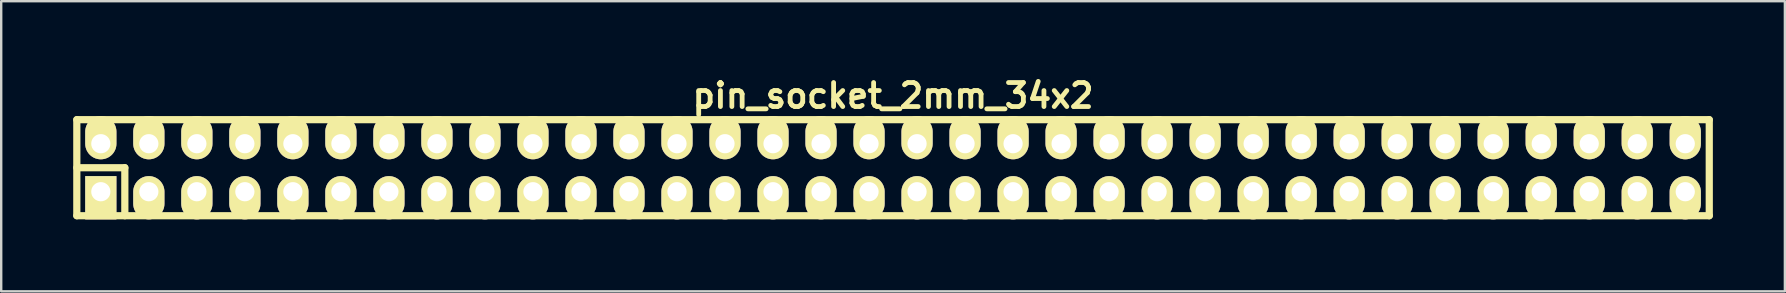
<source format=kicad_pcb>
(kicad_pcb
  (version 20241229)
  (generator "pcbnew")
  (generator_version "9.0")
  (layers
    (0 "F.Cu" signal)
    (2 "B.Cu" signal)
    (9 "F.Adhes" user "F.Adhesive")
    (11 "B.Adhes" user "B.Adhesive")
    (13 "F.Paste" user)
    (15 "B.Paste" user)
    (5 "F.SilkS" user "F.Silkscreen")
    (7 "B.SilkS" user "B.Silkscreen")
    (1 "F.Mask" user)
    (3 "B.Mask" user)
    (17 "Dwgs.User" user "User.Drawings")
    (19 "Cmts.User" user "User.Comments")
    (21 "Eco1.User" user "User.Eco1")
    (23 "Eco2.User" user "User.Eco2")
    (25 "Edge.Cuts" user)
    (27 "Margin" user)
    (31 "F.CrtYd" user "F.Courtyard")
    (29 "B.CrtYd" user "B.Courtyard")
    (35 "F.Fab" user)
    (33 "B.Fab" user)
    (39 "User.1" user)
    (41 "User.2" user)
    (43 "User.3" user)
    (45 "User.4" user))
  (footprint "pin_socket_2mm_34x2"
    (layer "F.Cu")
    (at 34.15 3.936)
    (property "Reference" "pin_socket_2mm_34x2" (at 0 -3 0) (layer "F.SilkS") (effects (font (size 1 1) (thickness 0.2))))
    (attr through_hole)
    (fp_line (start -34 -2) (end 34 -2) (stroke (width 0.3) (type solid)) (layer "F.SilkS"))
    (fp_line (start -34 0) (end -32 0) (stroke (width 0.3) (type solid)) (layer "F.SilkS"))
    (fp_line (start -34 2) (end -34 -2) (stroke (width 0.3) (type solid)) (layer "F.SilkS"))
    (fp_line (start -32 0) (end -32 2) (stroke (width 0.3) (type solid)) (layer "F.SilkS"))
    (fp_line (start 34 -2) (end 34 2) (stroke (width 0.3) (type solid)) (layer "F.SilkS"))
    (fp_line (start 34 2) (end -34 2) (stroke (width 0.3) (type solid)) (layer "F.SilkS"))
    (pad "1" thru_hole rect (at -33 1) (size 1.3 1.8) (drill 0.8 (offset 0 0.25)) (layers "*.Cu" "*.Mask" "F.SilkS"))
    (pad "2" thru_hole oval (at -33 -1) (size 1.3 1.8) (drill 0.8 (offset 0 -0.25)) (layers "*.Cu" "*.Mask" "F.SilkS"))
    (pad "3" thru_hole oval (at -31 1) (size 1.3 1.8) (drill 0.8 (offset 0 0.25)) (layers "*.Cu" "*.Mask" "F.SilkS"))
    (pad "4" thru_hole oval (at -31 -1) (size 1.3 1.8) (drill 0.8 (offset 0 -0.25)) (layers "*.Cu" "*.Mask" "F.SilkS"))
    (pad "5" thru_hole oval (at -29 1) (size 1.3 1.8) (drill 0.8 (offset 0 0.25)) (layers "*.Cu" "*.Mask" "F.SilkS"))
    (pad "6" thru_hole oval (at -29 -1) (size 1.3 1.8) (drill 0.8 (offset 0 -0.25)) (layers "*.Cu" "*.Mask" "F.SilkS"))
    (pad "7" thru_hole oval (at -27 1) (size 1.3 1.8) (drill 0.8 (offset 0 0.25)) (layers "*.Cu" "*.Mask" "F.SilkS"))
    (pad "8" thru_hole oval (at -27 -1) (size 1.3 1.8) (drill 0.8 (offset 0 -0.25)) (layers "*.Cu" "*.Mask" "F.SilkS"))
    (pad "9" thru_hole oval (at -25 1) (size 1.3 1.8) (drill 0.8 (offset 0 0.25)) (layers "*.Cu" "*.Mask" "F.SilkS"))
    (pad "10" thru_hole oval (at -25 -1) (size 1.3 1.8) (drill 0.8 (offset 0 -0.25)) (layers "*.Cu" "*.Mask" "F.SilkS"))
    (pad "11" thru_hole oval (at -23 1) (size 1.3 1.8) (drill 0.8 (offset 0 0.25)) (layers "*.Cu" "*.Mask" "F.SilkS"))
    (pad "12" thru_hole oval (at -23 -1) (size 1.3 1.8) (drill 0.8 (offset 0 -0.25)) (layers "*.Cu" "*.Mask" "F.SilkS"))
    (pad "13" thru_hole oval (at -21 1) (size 1.3 1.8) (drill 0.8 (offset 0 0.25)) (layers "*.Cu" "*.Mask" "F.SilkS"))
    (pad "14" thru_hole oval (at -21 -1) (size 1.3 1.8) (drill 0.8 (offset 0 -0.25)) (layers "*.Cu" "*.Mask" "F.SilkS"))
    (pad "15" thru_hole oval (at -19 1) (size 1.3 1.8) (drill 0.8 (offset 0 0.25)) (layers "*.Cu" "*.Mask" "F.SilkS"))
    (pad "16" thru_hole oval (at -19 -1) (size 1.3 1.8) (drill 0.8 (offset 0 -0.25)) (layers "*.Cu" "*.Mask" "F.SilkS"))
    (pad "17" thru_hole oval (at -17 1) (size 1.3 1.8) (drill 0.8 (offset 0 0.25)) (layers "*.Cu" "*.Mask" "F.SilkS"))
    (pad "18" thru_hole oval (at -17 -1) (size 1.3 1.8) (drill 0.8 (offset 0 -0.25)) (layers "*.Cu" "*.Mask" "F.SilkS"))
    (pad "19" thru_hole oval (at -15 1) (size 1.3 1.8) (drill 0.8 (offset 0 0.25)) (layers "*.Cu" "*.Mask" "F.SilkS"))
    (pad "20" thru_hole oval (at -15 -1) (size 1.3 1.8) (drill 0.8 (offset 0 -0.25)) (layers "*.Cu" "*.Mask" "F.SilkS"))
    (pad "21" thru_hole oval (at -13 1) (size 1.3 1.8) (drill 0.8 (offset 0 0.25)) (layers "*.Cu" "*.Mask" "F.SilkS"))
    (pad "22" thru_hole oval (at -13 -1) (size 1.3 1.8) (drill 0.8 (offset 0 -0.25)) (layers "*.Cu" "*.Mask" "F.SilkS"))
    (pad "23" thru_hole oval (at -11 1) (size 1.3 1.8) (drill 0.8 (offset 0 0.25)) (layers "*.Cu" "*.Mask" "F.SilkS"))
    (pad "24" thru_hole oval (at -11 -1) (size 1.3 1.8) (drill 0.8 (offset 0 -0.25)) (layers "*.Cu" "*.Mask" "F.SilkS"))
    (pad "25" thru_hole oval (at -9 1) (size 1.3 1.8) (drill 0.8 (offset 0 0.25)) (layers "*.Cu" "*.Mask" "F.SilkS"))
    (pad "26" thru_hole oval (at -9 -1) (size 1.3 1.8) (drill 0.8 (offset 0 -0.25)) (layers "*.Cu" "*.Mask" "F.SilkS"))
    (pad "27" thru_hole oval (at -7 1) (size 1.3 1.8) (drill 0.8 (offset 0 0.25)) (layers "*.Cu" "*.Mask" "F.SilkS"))
    (pad "28" thru_hole oval (at -7 -1) (size 1.3 1.8) (drill 0.8 (offset 0 -0.25)) (layers "*.Cu" "*.Mask" "F.SilkS"))
    (pad "29" thru_hole oval (at -5 1) (size 1.3 1.8) (drill 0.8 (offset 0 0.25)) (layers "*.Cu" "*.Mask" "F.SilkS"))
    (pad "30" thru_hole oval (at -5 -1) (size 1.3 1.8) (drill 0.8 (offset 0 -0.25)) (layers "*.Cu" "*.Mask" "F.SilkS"))
    (pad "31" thru_hole oval (at -3 1) (size 1.3 1.8) (drill 0.8 (offset 0 0.25)) (layers "*.Cu" "*.Mask" "F.SilkS"))
    (pad "32" thru_hole oval (at -3 -1) (size 1.3 1.8) (drill 0.8 (offset 0 -0.25)) (layers "*.Cu" "*.Mask" "F.SilkS"))
    (pad "33" thru_hole oval (at -1 1) (size 1.3 1.8) (drill 0.8 (offset 0 0.25)) (layers "*.Cu" "*.Mask" "F.SilkS"))
    (pad "34" thru_hole oval (at -1 -1) (size 1.3 1.8) (drill 0.8 (offset 0 -0.25)) (layers "*.Cu" "*.Mask" "F.SilkS"))
    (pad "35" thru_hole oval (at 1 1) (size 1.3 1.8) (drill 0.8 (offset 0 0.25)) (layers "*.Cu" "*.Mask" "F.SilkS"))
    (pad "36" thru_hole oval (at 1 -1) (size 1.3 1.8) (drill 0.8 (offset 0 -0.25)) (layers "*.Cu" "*.Mask" "F.SilkS"))
    (pad "37" thru_hole oval (at 3 1) (size 1.3 1.8) (drill 0.8 (offset 0 0.25)) (layers "*.Cu" "*.Mask" "F.SilkS"))
    (pad "38" thru_hole oval (at 3 -1) (size 1.3 1.8) (drill 0.8 (offset 0 -0.25)) (layers "*.Cu" "*.Mask" "F.SilkS"))
    (pad "39" thru_hole oval (at 5 1) (size 1.3 1.8) (drill 0.8 (offset 0 0.25)) (layers "*.Cu" "*.Mask" "F.SilkS"))
    (pad "40" thru_hole oval (at 5 -1) (size 1.3 1.8) (drill 0.8 (offset 0 -0.25)) (layers "*.Cu" "*.Mask" "F.SilkS"))
    (pad "41" thru_hole oval (at 7 1) (size 1.3 1.8) (drill 0.8 (offset 0 0.25)) (layers "*.Cu" "*.Mask" "F.SilkS"))
    (pad "42" thru_hole oval (at 7 -1) (size 1.3 1.8) (drill 0.8 (offset 0 -0.25)) (layers "*.Cu" "*.Mask" "F.SilkS"))
    (pad "43" thru_hole oval (at 9 1) (size 1.3 1.8) (drill 0.8 (offset 0 0.25)) (layers "*.Cu" "*.Mask" "F.SilkS"))
    (pad "44" thru_hole oval (at 9 -1) (size 1.3 1.8) (drill 0.8 (offset 0 -0.25)) (layers "*.Cu" "*.Mask" "F.SilkS"))
    (pad "45" thru_hole oval (at 11 1) (size 1.3 1.8) (drill 0.8 (offset 0 0.25)) (layers "*.Cu" "*.Mask" "F.SilkS"))
    (pad "46" thru_hole oval (at 11 -1) (size 1.3 1.8) (drill 0.8 (offset 0 -0.25)) (layers "*.Cu" "*.Mask" "F.SilkS"))
    (pad "47" thru_hole oval (at 13 1) (size 1.3 1.8) (drill 0.8 (offset 0 0.25)) (layers "*.Cu" "*.Mask" "F.SilkS"))
    (pad "48" thru_hole oval (at 13 -1) (size 1.3 1.8) (drill 0.8 (offset 0 -0.25)) (layers "*.Cu" "*.Mask" "F.SilkS"))
    (pad "49" thru_hole oval (at 15 1) (size 1.3 1.8) (drill 0.8 (offset 0 0.25)) (layers "*.Cu" "*.Mask" "F.SilkS"))
    (pad "50" thru_hole oval (at 15 -1) (size 1.3 1.8) (drill 0.8 (offset 0 -0.25)) (layers "*.Cu" "*.Mask" "F.SilkS"))
    (pad "51" thru_hole oval (at 17 1) (size 1.3 1.8) (drill 0.8 (offset 0 0.25)) (layers "*.Cu" "*.Mask" "F.SilkS"))
    (pad "52" thru_hole oval (at 17 -1) (size 1.3 1.8) (drill 0.8 (offset 0 -0.25)) (layers "*.Cu" "*.Mask" "F.SilkS"))
    (pad "53" thru_hole oval (at 19 1) (size 1.3 1.8) (drill 0.8 (offset 0 0.25)) (layers "*.Cu" "*.Mask" "F.SilkS"))
    (pad "54" thru_hole oval (at 19 -1) (size 1.3 1.8) (drill 0.8 (offset 0 -0.25)) (layers "*.Cu" "*.Mask" "F.SilkS"))
    (pad "55" thru_hole oval (at 21 1) (size 1.3 1.8) (drill 0.8 (offset 0 0.25)) (layers "*.Cu" "*.Mask" "F.SilkS"))
    (pad "56" thru_hole oval (at 21 -1) (size 1.3 1.8) (drill 0.8 (offset 0 -0.25)) (layers "*.Cu" "*.Mask" "F.SilkS"))
    (pad "57" thru_hole oval (at 23 1) (size 1.3 1.8) (drill 0.8 (offset 0 0.25)) (layers "*.Cu" "*.Mask" "F.SilkS"))
    (pad "58" thru_hole oval (at 23 -1) (size 1.3 1.8) (drill 0.8 (offset 0 -0.25)) (layers "*.Cu" "*.Mask" "F.SilkS"))
    (pad "59" thru_hole oval (at 25 1) (size 1.3 1.8) (drill 0.8 (offset 0 0.25)) (layers "*.Cu" "*.Mask" "F.SilkS"))
    (pad "60" thru_hole oval (at 25 -1) (size 1.3 1.8) (drill 0.8 (offset 0 -0.25)) (layers "*.Cu" "*.Mask" "F.SilkS"))
    (pad "61" thru_hole oval (at 27 1) (size 1.3 1.8) (drill 0.8 (offset 0 0.25)) (layers "*.Cu" "*.Mask" "F.SilkS"))
    (pad "62" thru_hole oval (at 27 -1) (size 1.3 1.8) (drill 0.8 (offset 0 -0.25)) (layers "*.Cu" "*.Mask" "F.SilkS"))
    (pad "63" thru_hole oval (at 29 1) (size 1.3 1.8) (drill 0.8 (offset 0 0.25)) (layers "*.Cu" "*.Mask" "F.SilkS"))
    (pad "64" thru_hole oval (at 29 -1) (size 1.3 1.8) (drill 0.8 (offset 0 -0.25)) (layers "*.Cu" "*.Mask" "F.SilkS"))
    (pad "65" thru_hole oval (at 31 1) (size 1.3 1.8) (drill 0.8 (offset 0 0.25)) (layers "*.Cu" "*.Mask" "F.SilkS"))
    (pad "66" thru_hole oval (at 31 -1) (size 1.3 1.8) (drill 0.8 (offset 0 -0.25)) (layers "*.Cu" "*.Mask" "F.SilkS"))
    (pad "67" thru_hole oval (at 33 1) (size 1.3 1.8) (drill 0.8 (offset 0 0.25)) (layers "*.Cu" "*.Mask" "F.SilkS"))
    (pad "68" thru_hole oval (at 33 -1) (size 1.3 1.8) (drill 0.8 (offset 0 -0.25)) (layers "*.Cu" "*.Mask" "F.SilkS")))
  (gr_rect
    (start -3 -3)
    (end 71.3 9.086)
    (stroke (width 0.1) (type default))
    (fill no)
    (layer "Edge.Cuts")))
</source>
